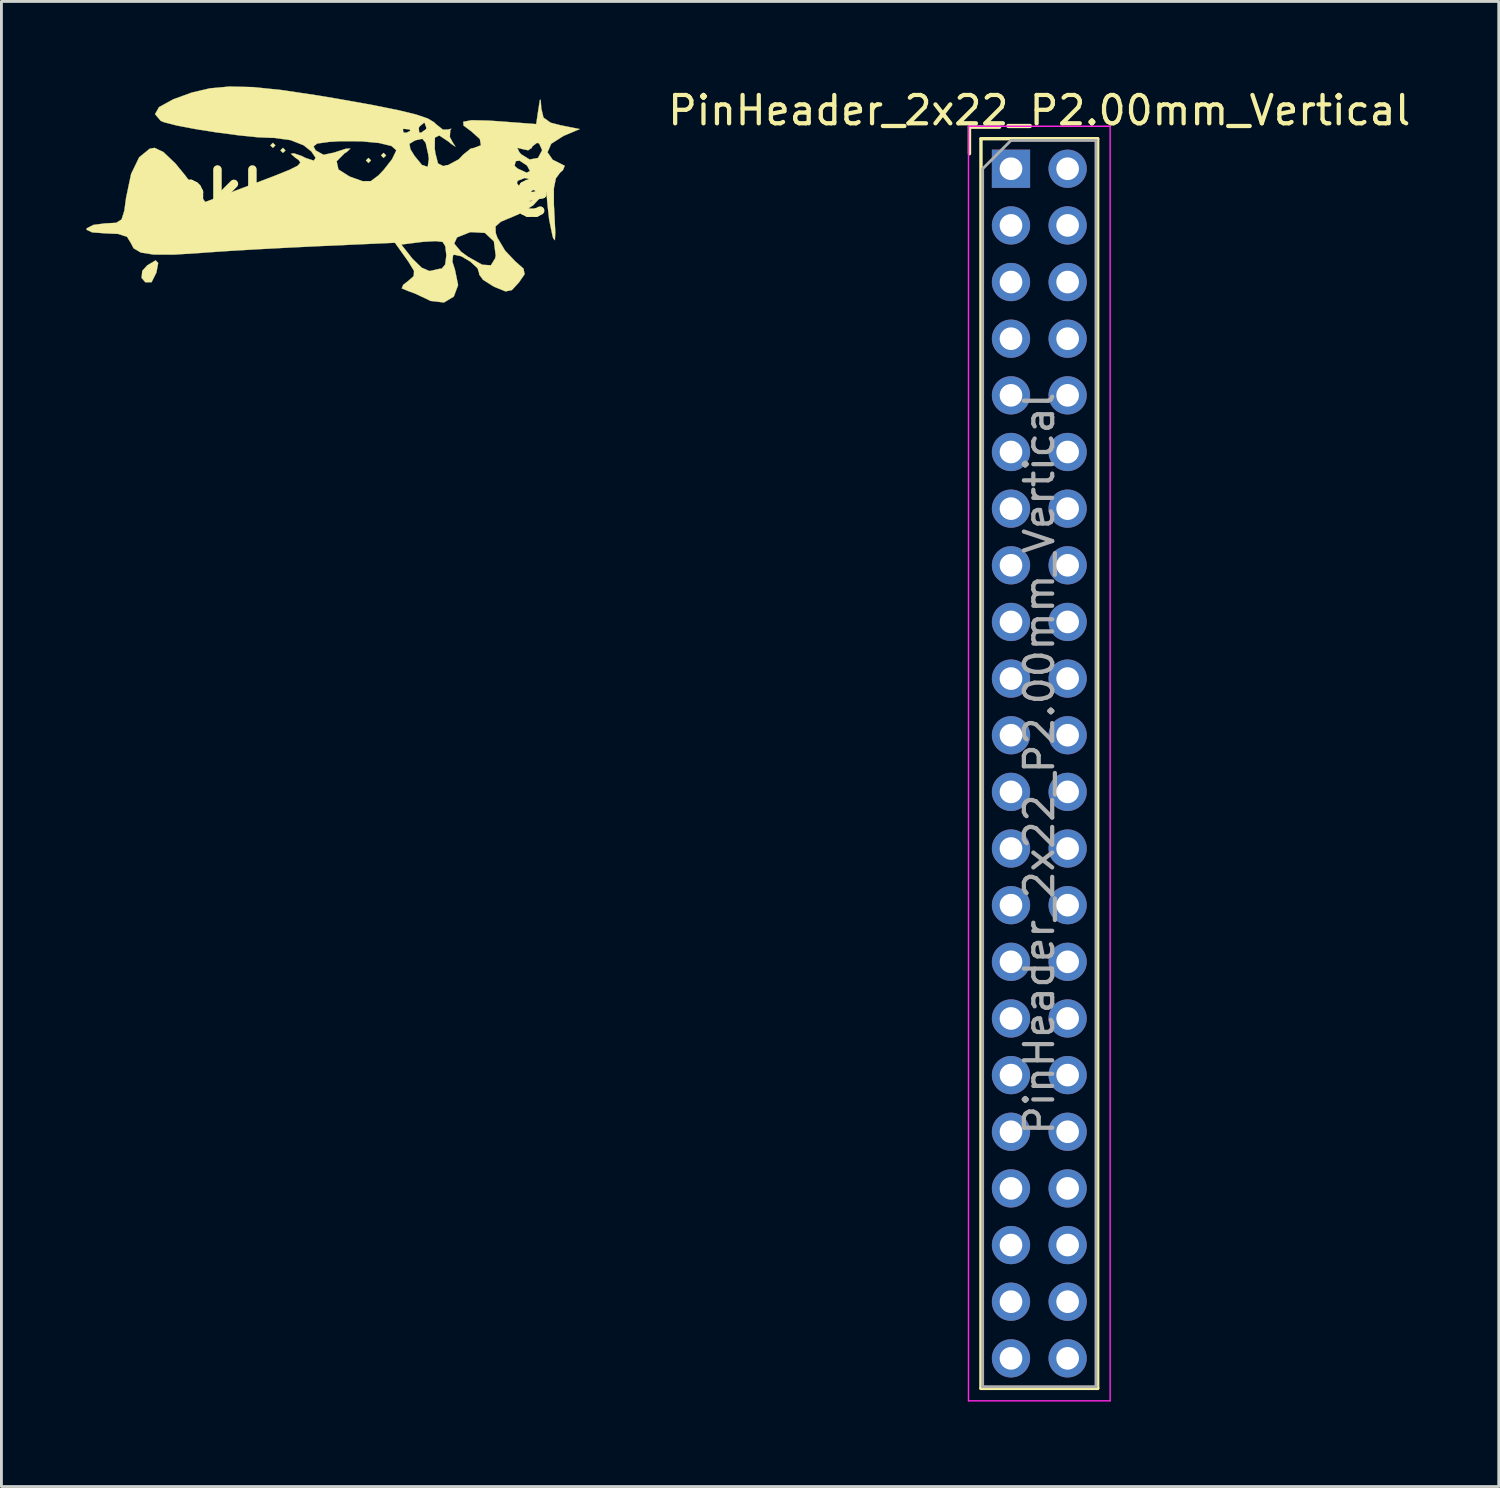
<source format=kicad_pcb>
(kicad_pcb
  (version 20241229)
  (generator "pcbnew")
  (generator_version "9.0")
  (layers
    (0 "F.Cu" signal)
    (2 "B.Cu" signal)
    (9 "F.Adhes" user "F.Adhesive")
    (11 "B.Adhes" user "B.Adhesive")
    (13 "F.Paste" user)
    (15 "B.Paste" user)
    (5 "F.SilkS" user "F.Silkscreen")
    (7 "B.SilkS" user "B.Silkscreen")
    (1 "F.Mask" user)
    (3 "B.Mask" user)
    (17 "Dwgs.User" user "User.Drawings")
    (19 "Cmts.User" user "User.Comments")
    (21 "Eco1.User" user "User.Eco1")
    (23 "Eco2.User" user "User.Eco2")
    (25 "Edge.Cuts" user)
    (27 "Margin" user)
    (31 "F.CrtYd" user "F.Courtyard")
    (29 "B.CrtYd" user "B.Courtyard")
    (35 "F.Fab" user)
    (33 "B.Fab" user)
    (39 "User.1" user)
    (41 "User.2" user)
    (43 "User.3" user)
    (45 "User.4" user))
  (footprint "Fokker_plane"
    (layer "F.Cu")
    (at 8.982 3.769)
    (property "Reference" "Fokker_plane" (at 0 0 0) (layer "F.SilkS") (effects (font (size 1.524 1.524) (thickness 0.3))))
    (attr through_hole)
    (fp_poly (pts (xy -2.309 -1.687) (xy -2.398 -1.599) (xy -2.487 -1.687) (xy -2.398 -1.776) (xy -2.309 -1.687)) (stroke (width 0.01) (type solid)) (fill yes) (layer "F.SilkS"))
    (fp_poly (pts (xy -1.954 -1.51) (xy -2.043 -1.421) (xy -2.131 -1.51) (xy -2.043 -1.599) (xy -1.954 -1.51)) (stroke (width 0.01) (type solid)) (fill yes) (layer "F.SilkS"))
    (fp_poly (pts (xy 1.066 -1.155) (xy 0.977 -1.066) (xy 0.888 -1.155) (xy 0.977 -1.243) (xy 1.066 -1.155)) (stroke (width 0.01) (type solid)) (fill yes) (layer "F.SilkS"))
    (fp_poly (pts (xy 1.599 -1.332) (xy 1.51 -1.243) (xy 1.421 -1.332) (xy 1.51 -1.421) (xy 1.599 -1.332)) (stroke (width 0.01) (type solid)) (fill yes) (layer "F.SilkS"))
    (fp_poly (pts (xy -6.447 2.467) (xy -6.511 2.805) (xy -6.68 3.143) (xy -6.898 3.148) (xy -7.033 2.993) (xy -7.009 2.744) (xy -6.834 2.55) (xy -6.537 2.373) (xy -6.447 2.467)) (stroke (width 0.01) (type solid)) (fill yes) (layer "F.SilkS"))
    (fp_poly (pts (xy -3.095 -3.744) (xy -2.078 -3.639) (xy -0.81 -3.449) (xy -0.089 -3.328) (xy 1.124 -3.111) (xy 2.027 -2.93) (xy 2.662 -2.775) (xy 3.072 -2.635) (xy 3.298 -2.5) (xy 3.343 -2.45) (xy 3.606 -2.242) (xy 3.787 -2.246) (xy 3.902 -2.276) (xy 3.865 -2.221) (xy 3.85 -1.982) (xy 3.951 -1.793) (xy 4.047 -1.642) (xy 3.909 -1.731) (xy 3.801 -1.821) (xy 3.477 -2.036) (xy 3.323 -1.961) (xy 3.317 -1.576) (xy 3.338 -1.417) (xy 3.432 -1.049) (xy 3.617 -0.956) (xy 3.664 -0.966) (xy 6.135 -0.966) (xy 6.242 -0.869) (xy 6.562 -0.722) (xy 6.68 -0.778) (xy 6.574 -0.975) (xy 6.315 -1.146) (xy 6.178 -1.13) (xy 6.135 -0.966) (xy 3.664 -0.966) (xy 3.795 -0.995) (xy 4.165 -1.194) (xy 4.316 -1.355) (xy 4.589 -1.574) (xy 4.716 -1.599) (xy 4.721 -1.601) (xy 6.231 -1.601) (xy 6.296 -1.46) (xy 6.363 -1.376) (xy 6.666 -1.188) (xy 6.962 -1.242) (xy 7.104 -1.507) (xy 7.105 -1.529) (xy 7.003 -1.753) (xy 6.927 -1.776) (xy 6.755 -1.645) (xy 6.75 -1.604) (xy 6.616 -1.513) (xy 6.439 -1.549) (xy 6.231 -1.601) (xy 4.721 -1.601) (xy 4.948 -1.691) (xy 4.909 -1.911) (xy 4.618 -2.173) (xy 4.332 -2.389) (xy 4.325 -2.52) (xy 4.616 -2.575) (xy 5.229 -2.561) (xy 5.581 -2.537) (xy 6.899 -2.438) (xy 6.975 -2.951) (xy 7.03 -3.292) (xy 7.058 -3.292) (xy 7.078 -2.995) (xy 7.156 -2.668) (xy 7.409 -2.487) (xy 7.771 -2.394) (xy 8.437 -2.262) (xy 7.86 -2.019) (xy 7.429 -1.743) (xy 7.298 -1.443) (xy 7.481 -1.179) (xy 7.653 -1.095) (xy 7.906 -0.965) (xy 7.843 -0.812) (xy 7.743 -0.724) (xy 7.593 -0.52) (xy 7.523 -0.173) (xy 7.523 0.402) (xy 7.544 0.776) (xy 7.573 1.392) (xy 7.559 1.662) (xy 7.501 1.595) (xy 7.475 1.51) (xy 7.357 0.937) (xy 7.292 0.355) (xy 7.26 -0.036) (xy 7.202 -0.108) (xy 7.081 0.102) (xy 7.068 0.128) (xy 6.79 0.431) (xy 6.318 0.725) (xy 6.115 0.814) (xy 5.655 1.007) (xy 5.463 1.175) (xy 5.471 1.407) (xy 5.529 1.574) (xy 5.801 2.03) (xy 6.155 2.403) (xy 6.451 2.666) (xy 6.49 2.862) (xy 6.296 3.143) (xy 6.277 3.166) (xy 6.039 3.423) (xy 5.817 3.469) (xy 5.461 3.325) (xy 5.371 3.281) (xy 5.019 3.056) (xy 4.88 2.865) (xy 4.888 2.836) (xy 4.828 2.65) (xy 4.573 2.417) (xy 4.254 2.228) (xy 4.003 2.174) (xy 3.962 2.195) (xy 3.941 2.423) (xy 4.032 2.708) (xy 4.142 3.245) (xy 3.99 3.652) (xy 3.642 3.861) (xy 3.167 3.805) (xy 3.02 3.732) (xy 2.621 3.546) (xy 2.398 3.464) (xy 2.151 3.361) (xy 2.207 3.234) (xy 2.373 3.106) (xy 2.574 2.929) (xy 2.586 2.746) (xy 2.398 2.435) (xy 2.308 2.307) (xy 1.957 1.815) (xy 2.136 1.815) (xy 2.533 2.319) (xy 2.855 2.632) (xy 3.132 2.75) (xy 3.167 2.744) (xy 3.497 2.669) (xy 3.567 2.664) (xy 3.685 2.519) (xy 3.727 2.197) (xy 3.689 1.871) (xy 3.632 1.78) (xy 4.005 1.78) (xy 4.246 2.068) (xy 4.492 2.247) (xy 4.994 2.528) (xy 5.299 2.547) (xy 5.45 2.301) (xy 5.469 2.205) (xy 5.405 1.702) (xy 5.088 1.404) (xy 4.589 1.376) (xy 4.541 1.388) (xy 4.103 1.563) (xy 4.005 1.78) (xy 3.632 1.78) (xy 3.597 1.723) (xy 3.348 1.694) (xy 2.903 1.719) (xy 2.8 1.731) (xy 2.136 1.815) (xy 1.957 1.815) (xy 1.912 1.752) (xy -0.776 1.872) (xy -1.863 1.925) (xy -2.96 1.983) (xy -3.956 2.042) (xy -4.737 2.095) (xy -4.885 2.107) (xy -5.893 2.171) (xy -6.601 2.17) (xy -7.058 2.098) (xy -7.316 1.947) (xy -7.412 1.762) (xy -7.547 1.541) (xy -7.861 1.44) (xy -8.291 1.421) (xy -8.774 1.386) (xy -8.977 1.292) (xy -8.97 1.243) (xy -8.733 1.121) (xy -8.306 1.066) (xy -8.274 1.066) (xy -7.928 1.047) (xy -7.74 0.929) (xy -7.643 0.624) (xy -7.579 0.155) (xy -7.404 -0.675) (xy -7.119 -1.265) (xy -6.748 -1.568) (xy -6.574 -1.599) (xy -6.263 -1.452) (xy -5.838 -1.047) (xy -5.507 -0.643) (xy -4.785 0.312) (xy -4.483 0.199) (xy 6.572 0.199) (xy 6.681 0.295) (xy 6.75 0.266) (xy 6.921 0.031) (xy 6.927 -0.021) (xy 6.818 -0.117) (xy 6.75 -0.089) (xy 6.579 0.146) (xy 6.572 0.199) (xy -4.483 0.199) (xy -3.148 -0.303) (xy -3.011 -0.355) (xy 6.217 -0.355) (xy 6.344 -0.183) (xy 6.384 -0.178) (xy 6.624 -0.307) (xy 6.661 -0.355) (xy 6.621 -0.507) (xy 6.494 -0.533) (xy 6.251 -0.44) (xy 6.217 -0.355) (xy -3.011 -0.355) (xy -2.332 -0.613) (xy -1.805 -0.826) (xy -1.518 -0.971) (xy -1.428 -1.077) (xy -1.488 -1.171) (xy -1.604 -1.25) (xy -1.761 -1.388) (xy -1.663 -1.408) (xy -1.388 -1.314) (xy -1.232 -1.237) (xy -0.951 -1.147) (xy -0.89 -1.249) (xy -1.038 -1.47) (xy -1.259 -1.648) (xy -0.962 -1.648) (xy -0.887 -1.508) (xy -0.609 -1.354) (xy -0.241 -1.431) (xy 0.175 -1.567) (xy 0.339 -1.575) (xy 0.216 -1.457) (xy 0.133 -1.407) (xy -0.146 -1.125) (xy -0.083 -0.837) (xy 0.311 -0.586) (xy 0.772 -0.422) (xy 1.06 -0.424) (xy 1.327 -0.624) (xy 1.518 -0.825) (xy 1.809 -1.197) (xy 1.951 -1.491) (xy 1.954 -1.519) (xy 1.79 -1.664) (xy 1.466 -1.743) (xy 2.425 -1.743) (xy 2.456 -1.555) (xy 2.603 -1.316) (xy 2.891 -0.965) (xy 3.069 -0.93) (xy 3.109 -1.208) (xy 3.086 -1.373) (xy 2.996 -1.78) (xy 2.88 -1.919) (xy 2.656 -1.871) (xy 2.608 -1.853) (xy 2.425 -1.743) (xy 1.466 -1.743) (xy 1.352 -1.771) (xy 0.721 -1.83) (xy -0.025 -1.832) (xy -0.412 -1.809) (xy -0.836 -1.751) (xy -0.962 -1.648) (xy -1.259 -1.648) (xy -1.31 -1.689) (xy -1.772 -1.871) (xy -2.347 -1.951) (xy -2.42 -1.951) (xy -2.924 -1.972) (xy -3.611 -2.042) (xy -4.383 -2.144) (xy -5.048 -2.25) (xy 2.191 -2.25) (xy 2.215 -2.144) (xy 2.309 -2.131) (xy 2.455 -2.196) (xy 2.428 -2.25) (xy 2.217 -2.271) (xy 2.191 -2.25) (xy -5.048 -2.25) (xy -5.144 -2.265) (xy -5.374 -2.309) (xy 2.753 -2.309) (xy 2.767 -2.145) (xy 2.831 -2.131) (xy 3.012 -2.26) (xy 3.02 -2.309) (xy 2.959 -2.482) (xy 2.941 -2.487) (xy 2.79 -2.362) (xy 2.753 -2.309) (xy -5.374 -2.309) (xy -5.795 -2.389) (xy -6.239 -2.503) (xy -6.355 -2.551) (xy -6.559 -2.788) (xy -6.418 -3.037) (xy -5.927 -3.307) (xy -5.906 -3.316) (xy -5.265 -3.55) (xy -4.626 -3.7) (xy -3.923 -3.764) (xy -3.095 -3.744)) (stroke (width 0.01) (type solid)) (fill yes) (layer "F.SilkS")))
  (footprint "PinHeader_2x22_P2.00mm_Vertical"
    (layer "F.Cu")
    (at 32.644 2.908)
    (property "Reference" "PinHeader_2x22_P2.00mm_Vertical" (at 1 -2.06 180) (layer "F.SilkS") (effects (font (size 1 1) (thickness 0.15))))
    (attr through_hole)
    (fp_line (start -1.466 -1.468) (end -0.406 -1.468) (stroke (width 0.12) (type solid)) (layer "F.SilkS"))
    (fp_line (start -1.466 -0.533) (end -1.466 -1.468) (stroke (width 0.12) (type solid)) (layer "F.SilkS"))
    (fp_line (start -1.06 -1.06) (end -1.06 43.06) (stroke (width 0.12) (type solid)) (layer "F.SilkS"))
    (fp_line (start -1.06 -1.06) (end 3.06 -1.06) (stroke (width 0.12) (type solid)) (layer "F.SilkS"))
    (fp_line (start -1.06 43.06) (end 3.06 43.06) (stroke (width 0.12) (type solid)) (layer "F.SilkS"))
    (fp_line (start 3.06 -1.06) (end 3.06 43.06) (stroke (width 0.12) (type solid)) (layer "F.SilkS"))
    (fp_line (start -1.5 -1.5) (end -1.5 43.5) (stroke (width 0.05) (type solid)) (layer "F.CrtYd"))
    (fp_line (start -1.5 43.5) (end 3.5 43.5) (stroke (width 0.05) (type solid)) (layer "F.CrtYd"))
    (fp_line (start 3.5 -1.5) (end -1.5 -1.5) (stroke (width 0.05) (type solid)) (layer "F.CrtYd"))
    (fp_line (start 3.5 43.5) (end 3.5 -1.5) (stroke (width 0.05) (type solid)) (layer "F.CrtYd"))
    (fp_line (start -1 0) (end 0 -1) (stroke (width 0.1) (type solid)) (layer "F.Fab"))
    (fp_line (start -1 43) (end -1 0) (stroke (width 0.1) (type solid)) (layer "F.Fab"))
    (fp_line (start 0 -1) (end 3 -1) (stroke (width 0.1) (type solid)) (layer "F.Fab"))
    (fp_line (start 3 -1) (end 3 43) (stroke (width 0.1) (type solid)) (layer "F.Fab"))
    (fp_line (start 3 43) (end -1 43) (stroke (width 0.1) (type solid)) (layer "F.Fab"))
    (fp_text user "${REFERENCE}" (at 1 21 90) (layer "F.Fab") (effects (font (size 1 1) (thickness 0.15))))
    (pad "1" thru_hole rect (at 0 0) (size 1.35 1.35) (drill 0.8) (layers "*.Cu" "*.Mask"))
    (pad "2" thru_hole oval (at 2 0) (size 1.35 1.35) (drill 0.8) (layers "*.Cu" "*.Mask"))
    (pad "3" thru_hole oval (at 0 2) (size 1.35 1.35) (drill 0.8) (layers "*.Cu" "*.Mask"))
    (pad "4" thru_hole oval (at 2 2) (size 1.35 1.35) (drill 0.8) (layers "*.Cu" "*.Mask"))
    (pad "5" thru_hole oval (at 0 4) (size 1.35 1.35) (drill 0.8) (layers "*.Cu" "*.Mask"))
    (pad "6" thru_hole oval (at 2 4) (size 1.35 1.35) (drill 0.8) (layers "*.Cu" "*.Mask"))
    (pad "7" thru_hole oval (at 0 6) (size 1.35 1.35) (drill 0.8) (layers "*.Cu" "*.Mask"))
    (pad "8" thru_hole oval (at 2 6) (size 1.35 1.35) (drill 0.8) (layers "*.Cu" "*.Mask"))
    (pad "9" thru_hole oval (at 0 8) (size 1.35 1.35) (drill 0.8) (layers "*.Cu" "*.Mask"))
    (pad "10" thru_hole oval (at 2 8) (size 1.35 1.35) (drill 0.8) (layers "*.Cu" "*.Mask"))
    (pad "11" thru_hole oval (at 0 10) (size 1.35 1.35) (drill 0.8) (layers "*.Cu" "*.Mask"))
    (pad "12" thru_hole oval (at 2 10) (size 1.35 1.35) (drill 0.8) (layers "*.Cu" "*.Mask"))
    (pad "13" thru_hole oval (at 0 12) (size 1.35 1.35) (drill 0.8) (layers "*.Cu" "*.Mask"))
    (pad "14" thru_hole oval (at 2 12) (size 1.35 1.35) (drill 0.8) (layers "*.Cu" "*.Mask"))
    (pad "15" thru_hole oval (at 0 14) (size 1.35 1.35) (drill 0.8) (layers "*.Cu" "*.Mask"))
    (pad "16" thru_hole oval (at 2 14) (size 1.35 1.35) (drill 0.8) (layers "*.Cu" "*.Mask"))
    (pad "17" thru_hole oval (at 0 16) (size 1.35 1.35) (drill 0.8) (layers "*.Cu" "*.Mask"))
    (pad "18" thru_hole oval (at 2 16) (size 1.35 1.35) (drill 0.8) (layers "*.Cu" "*.Mask"))
    (pad "19" thru_hole oval (at 0 18) (size 1.35 1.35) (drill 0.8) (layers "*.Cu" "*.Mask"))
    (pad "20" thru_hole oval (at 2 18) (size 1.35 1.35) (drill 0.8) (layers "*.Cu" "*.Mask"))
    (pad "21" thru_hole oval (at 0 20) (size 1.35 1.35) (drill 0.8) (layers "*.Cu" "*.Mask"))
    (pad "22" thru_hole oval (at 2 20) (size 1.35 1.35) (drill 0.8) (layers "*.Cu" "*.Mask"))
    (pad "23" thru_hole oval (at 0 22) (size 1.35 1.35) (drill 0.8) (layers "*.Cu" "*.Mask"))
    (pad "24" thru_hole oval (at 2 22) (size 1.35 1.35) (drill 0.8) (layers "*.Cu" "*.Mask"))
    (pad "25" thru_hole oval (at 0 24) (size 1.35 1.35) (drill 0.8) (layers "*.Cu" "*.Mask"))
    (pad "26" thru_hole oval (at 2 24) (size 1.35 1.35) (drill 0.8) (layers "*.Cu" "*.Mask"))
    (pad "27" thru_hole oval (at 0 26) (size 1.35 1.35) (drill 0.8) (layers "*.Cu" "*.Mask"))
    (pad "28" thru_hole oval (at 2 26) (size 1.35 1.35) (drill 0.8) (layers "*.Cu" "*.Mask"))
    (pad "29" thru_hole oval (at 0 28) (size 1.35 1.35) (drill 0.8) (layers "*.Cu" "*.Mask"))
    (pad "30" thru_hole oval (at 2 28) (size 1.35 1.35) (drill 0.8) (layers "*.Cu" "*.Mask"))
    (pad "31" thru_hole oval (at 0 30) (size 1.35 1.35) (drill 0.8) (layers "*.Cu" "*.Mask"))
    (pad "32" thru_hole oval (at 2 30) (size 1.35 1.35) (drill 0.8) (layers "*.Cu" "*.Mask"))
    (pad "33" thru_hole oval (at 0 32) (size 1.35 1.35) (drill 0.8) (layers "*.Cu" "*.Mask"))
    (pad "34" thru_hole oval (at 2 32) (size 1.35 1.35) (drill 0.8) (layers "*.Cu" "*.Mask"))
    (pad "35" thru_hole oval (at 0 34) (size 1.35 1.35) (drill 0.8) (layers "*.Cu" "*.Mask"))
    (pad "36" thru_hole oval (at 2 34) (size 1.35 1.35) (drill 0.8) (layers "*.Cu" "*.Mask"))
    (pad "37" thru_hole oval (at 0 36) (size 1.35 1.35) (drill 0.8) (layers "*.Cu" "*.Mask"))
    (pad "38" thru_hole oval (at 2 36) (size 1.35 1.35) (drill 0.8) (layers "*.Cu" "*.Mask"))
    (pad "39" thru_hole oval (at 0 38) (size 1.35 1.35) (drill 0.8) (layers "*.Cu" "*.Mask"))
    (pad "40" thru_hole oval (at 2 38) (size 1.35 1.35) (drill 0.8) (layers "*.Cu" "*.Mask"))
    (pad "41" thru_hole oval (at 0 40) (size 1.35 1.35) (drill 0.8) (layers "*.Cu" "*.Mask"))
    (pad "42" thru_hole oval (at 2 40) (size 1.35 1.35) (drill 0.8) (layers "*.Cu" "*.Mask"))
    (pad "43" thru_hole oval (at 0 42) (size 1.35 1.35) (drill 0.8) (layers "*.Cu" "*.Mask"))
    (pad "44" thru_hole oval (at 2 42) (size 1.35 1.35) (drill 0.8) (layers "*.Cu" "*.Mask")))
  (gr_rect
    (start -3 -3)
    (end 49.865 49.433)
    (stroke (width 0.1) (type default))
    (fill no)
    (layer "Edge.Cuts")))
</source>
